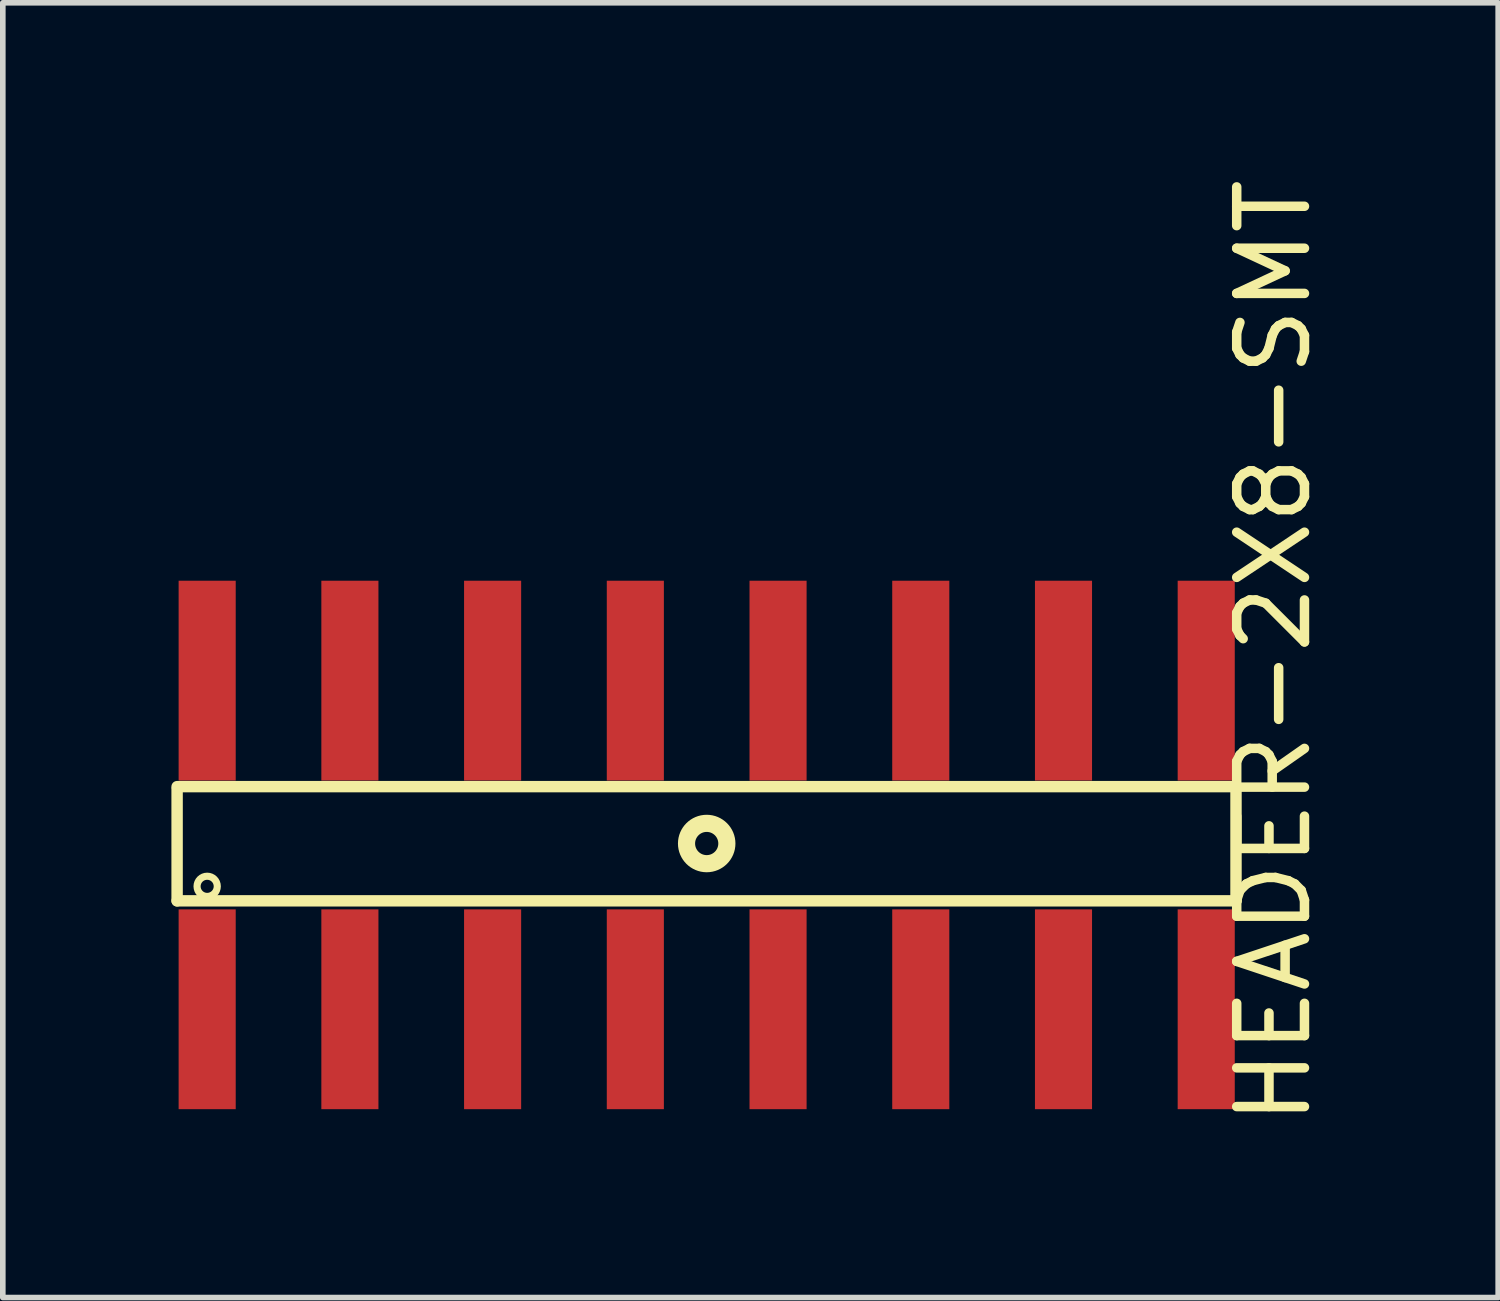
<source format=kicad_pcb>
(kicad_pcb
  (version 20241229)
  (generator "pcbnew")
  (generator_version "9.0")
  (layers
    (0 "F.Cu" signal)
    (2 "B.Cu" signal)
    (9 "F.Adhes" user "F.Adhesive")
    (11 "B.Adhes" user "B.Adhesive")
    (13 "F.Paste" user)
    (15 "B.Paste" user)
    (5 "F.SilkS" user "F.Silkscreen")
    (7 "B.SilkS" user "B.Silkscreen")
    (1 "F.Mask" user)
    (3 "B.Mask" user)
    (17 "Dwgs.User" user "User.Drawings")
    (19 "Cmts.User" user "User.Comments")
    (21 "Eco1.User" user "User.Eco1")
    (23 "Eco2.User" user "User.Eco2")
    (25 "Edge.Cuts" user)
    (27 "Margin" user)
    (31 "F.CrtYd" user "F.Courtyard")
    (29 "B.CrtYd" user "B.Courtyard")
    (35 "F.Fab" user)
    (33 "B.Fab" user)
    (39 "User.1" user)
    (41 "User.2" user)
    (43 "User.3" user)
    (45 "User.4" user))
  (footprint "HEADER-2X8-SMT"
    (layer "F.Cu")
    (at 9.527 11.962)
    (property "Reference" "HEADER-2X8-SMT" (at 10.795 5.08 270) (layer "F.SilkS") (effects (font (size 1.206 1.206) (thickness 0.169)) (justify left bottom)))
    (attr through_hole)
    (fp_line (start -9.425 1.02) (end -9.425 -0.97) (stroke (width 0.203) (type solid)) (layer "F.SilkS"))
    (fp_line (start 9.42 -1.012) (end -9.425 -1.012) (stroke (width 0.203) (type solid)) (layer "F.SilkS"))
    (fp_line (start 9.42 -0.97) (end 9.42 1.02) (stroke (width 0.203) (type solid)) (layer "F.SilkS"))
    (fp_line (start 9.42 1.02) (end -9.425 1.02) (stroke (width 0.203) (type solid)) (layer "F.SilkS"))
    (fp_circle (center -8.89 0.762) (end -8.71 0.762) (stroke (width 0.127) (type solid)) (fill no) (layer "F.SilkS"))
    (fp_circle (center 0 0) (end 0.359 0) (stroke (width 0.305) (type solid)) (fill no) (layer "F.SilkS"))
    (pad "1" smd rect (at -8.89 2.95 180) (size 1.016 3.556) (layers "F.Cu" "F.Mask" "F.Paste"))
    (pad "2" smd rect (at -8.89 -2.899) (size 1.016 3.556) (layers "F.Cu" "F.Mask" "F.Paste"))
    (pad "3" smd rect (at -6.35 2.95 180) (size 1.016 3.556) (layers "F.Cu" "F.Mask" "F.Paste"))
    (pad "4" smd rect (at -6.35 -2.899) (size 1.016 3.556) (layers "F.Cu" "F.Mask" "F.Paste"))
    (pad "5" smd rect (at -3.81 2.95 180) (size 1.016 3.556) (layers "F.Cu" "F.Mask" "F.Paste"))
    (pad "6" smd rect (at -3.81 -2.899) (size 1.016 3.556) (layers "F.Cu" "F.Mask" "F.Paste"))
    (pad "7" smd rect (at -1.27 2.95 180) (size 1.016 3.556) (layers "F.Cu" "F.Mask" "F.Paste"))
    (pad "8" smd rect (at -1.27 -2.899) (size 1.016 3.556) (layers "F.Cu" "F.Mask" "F.Paste"))
    (pad "9" smd rect (at 1.27 2.95 180) (size 1.016 3.556) (layers "F.Cu" "F.Mask" "F.Paste"))
    (pad "10" smd rect (at 1.27 -2.899) (size 1.016 3.556) (layers "F.Cu" "F.Mask" "F.Paste"))
    (pad "11" smd rect (at 3.81 2.95 180) (size 1.016 3.556) (layers "F.Cu" "F.Mask" "F.Paste"))
    (pad "12" smd rect (at 3.81 -2.899) (size 1.016 3.556) (layers "F.Cu" "F.Mask" "F.Paste"))
    (pad "13" smd rect (at 6.35 2.95 180) (size 1.016 3.556) (layers "F.Cu" "F.Mask" "F.Paste"))
    (pad "14" smd rect (at 6.35 -2.899) (size 1.016 3.556) (layers "F.Cu" "F.Mask" "F.Paste"))
    (pad "15" smd rect (at 8.89 2.95 180) (size 1.016 3.556) (layers "F.Cu" "F.Mask" "F.Paste"))
    (pad "16" smd rect (at 8.89 -2.899) (size 1.016 3.556) (layers "F.Cu" "F.Mask" "F.Paste")))
  (gr_rect
    (start -3 -3)
    (end 23.613 20.042)
    (stroke (width 0.1) (type default))
    (fill no)
    (layer "Edge.Cuts")))
</source>
